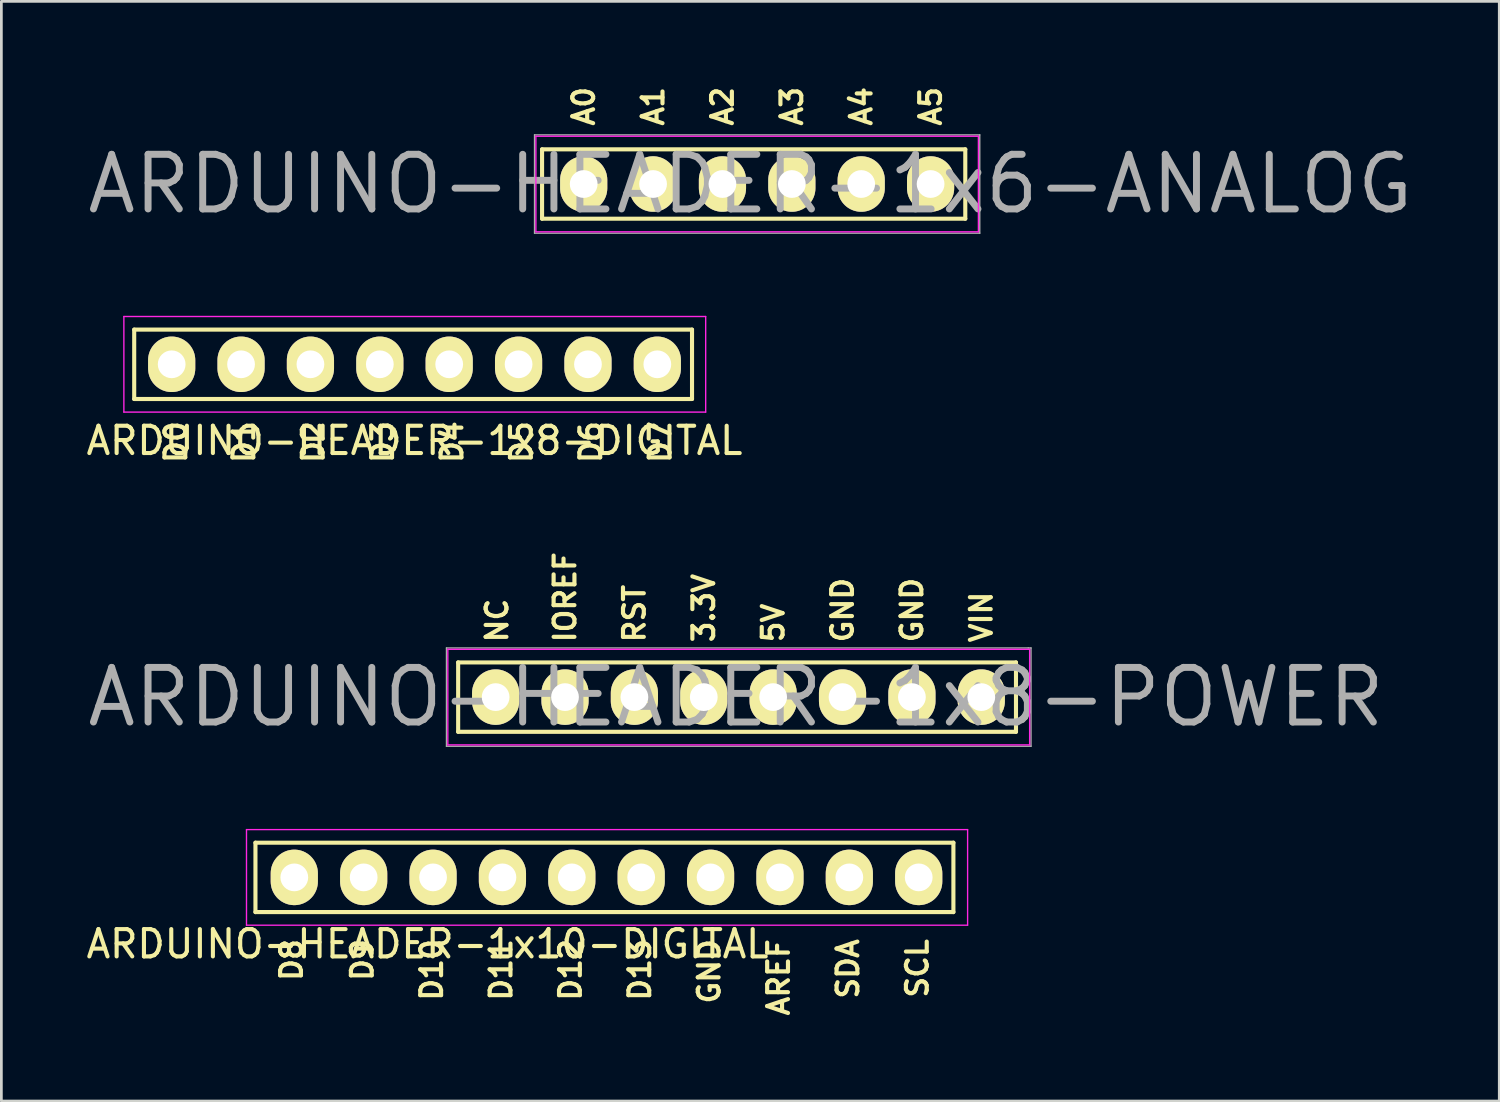
<source format=kicad_pcb>
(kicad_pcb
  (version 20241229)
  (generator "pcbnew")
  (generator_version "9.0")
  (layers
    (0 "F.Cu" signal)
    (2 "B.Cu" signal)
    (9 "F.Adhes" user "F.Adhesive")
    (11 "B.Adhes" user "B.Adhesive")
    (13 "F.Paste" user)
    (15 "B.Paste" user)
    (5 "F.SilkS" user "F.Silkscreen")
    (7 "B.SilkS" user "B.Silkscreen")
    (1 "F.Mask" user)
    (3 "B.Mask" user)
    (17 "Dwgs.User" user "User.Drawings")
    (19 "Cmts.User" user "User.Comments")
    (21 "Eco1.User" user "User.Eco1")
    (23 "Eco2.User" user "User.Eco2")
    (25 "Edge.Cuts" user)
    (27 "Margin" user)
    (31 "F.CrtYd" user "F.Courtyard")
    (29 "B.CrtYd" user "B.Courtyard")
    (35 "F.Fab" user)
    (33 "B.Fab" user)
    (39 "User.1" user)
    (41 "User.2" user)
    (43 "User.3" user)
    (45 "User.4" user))
  (footprint "ARDUINO-HEADER-1x8-POWER"
    (layer "F.Cu")
    (at 15.095 22.471)
    (property "Reference" "ARDUINO-HEADER-1x8-POWER" (at 8.8 0 0) (layer "F.Fab") (effects (font (size 2 2) (thickness 0.254))))
    (attr through_hole)
    (fp_line (start -1.372 1.27) (end -1.372 -1.27) (stroke (width 0.15) (type solid)) (layer "F.SilkS"))
    (fp_line (start -1.372 1.27) (end 19.05 1.27) (stroke (width 0.15) (type solid)) (layer "F.SilkS"))
    (fp_line (start 19.05 -1.27) (end -1.372 -1.27) (stroke (width 0.15) (type solid)) (layer "F.SilkS"))
    (fp_line (start 19.05 1.27) (end 19.05 -1.27) (stroke (width 0.15) (type solid)) (layer "F.SilkS"))
    (fp_line (start -1.75 -1.75) (end -1.75 1.75) (stroke (width 0.05) (type solid)) (layer "F.CrtYd"))
    (fp_line (start -1.75 -1.75) (end 19.55 -1.75) (stroke (width 0.05) (type solid)) (layer "F.CrtYd"))
    (fp_line (start -1.75 1.75) (end 19.55 1.75) (stroke (width 0.05) (type solid)) (layer "F.CrtYd"))
    (fp_line (start 19.55 -1.75) (end 19.55 1.75) (stroke (width 0.05) (type solid)) (layer "F.CrtYd"))
    (fp_line (start -1.8 -1.8) (end -1.8 1.8) (stroke (width 0.05) (type solid)) (layer "F.Fab"))
    (fp_line (start -1.8 1.8) (end 19.6 1.8) (stroke (width 0.05) (type solid)) (layer "F.Fab"))
    (fp_line (start 19.5 -1.8) (end -1.8 -1.8) (stroke (width 0.05) (type solid)) (layer "F.Fab"))
    (fp_line (start 19.6 -1.8) (end 19.5 -1.8) (stroke (width 0.05) (type solid)) (layer "F.Fab"))
    (fp_line (start 19.6 1.8) (end 19.6 -1.8) (stroke (width 0.05) (type solid)) (layer "F.Fab"))
    (fp_text user "VIN" (at 17.78 -2.932 90) (layer "F.SilkS") (effects (font (size 0.762 0.762) (thickness 0.152))))
    (fp_text user "3.3V" (at 7.62 -3.258 90) (layer "F.SilkS") (effects (font (size 0.762 0.762) (thickness 0.152))))
    (fp_text user "NC" (at 0.051 -2.805 90) (layer "F.SilkS") (effects (font (size 0.762 0.762) (thickness 0.152))))
    (fp_text user "GND" (at 15.24 -3.186 90) (layer "F.SilkS") (effects (font (size 0.762 0.762) (thickness 0.152))))
    (fp_text user "IOREF" (at 2.54 -3.658 90) (layer "F.SilkS") (effects (font (size 0.762 0.762) (thickness 0.152))))
    (fp_text user "GND" (at 12.7 -3.186 90) (layer "F.SilkS") (effects (font (size 0.762 0.762) (thickness 0.152))))
    (fp_text user "RST" (at 5.08 -3.059 90) (layer "F.SilkS") (effects (font (size 0.762 0.762) (thickness 0.152))))
    (fp_text user "5V" (at 10.16 -2.714 90) (layer "F.SilkS") (effects (font (size 0.762 0.762) (thickness 0.152))))
    (pad "3V3" thru_hole oval (at 7.62 0) (size 1.727 2.032) (drill 1.016) (layers "*.Cu" "*.Mask" "F.SilkS"))
    (pad "5V" thru_hole oval (at 10.16 0) (size 1.727 2.032) (drill 1.016) (layers "*.Cu" "*.Mask" "F.SilkS"))
    (pad "GND1" thru_hole oval (at 12.7 0) (size 1.727 2.032) (drill 1.016) (layers "*.Cu" "*.Mask" "F.SilkS"))
    (pad "GND2" thru_hole oval (at 15.24 0) (size 1.727 2.032) (drill 1.016) (layers "*.Cu" "*.Mask" "F.SilkS"))
    (pad "IO" thru_hole oval (at 2.54 0) (size 1.727 2.032) (drill 1.016) (layers "*.Cu" "*.Mask" "F.SilkS"))
    (pad "NC" thru_hole oval (at 0 0) (size 1.727 2.032) (drill 1.016) (layers "*.Cu" "*.Mask" "F.SilkS"))
    (pad "RST" thru_hole oval (at 5.08 0) (size 1.727 2.032) (drill 1.016) (layers "*.Cu" "*.Mask" "F.SilkS"))
    (pad "VIN" thru_hole oval (at 17.78 0) (size 1.727 2.032) (drill 1.016) (layers "*.Cu" "*.Mask" "F.SilkS")))
  (footprint "ARDUINO-HEADER-1x6-ANALOG"
    (layer "F.Cu")
    (at 18.319 3.687)
    (property "Reference" "ARDUINO-HEADER-1x6-ANALOG" (at 6.1 0 0) (layer "F.Fab") (effects (font (size 2 2) (thickness 0.254))))
    (attr through_hole)
    (fp_line (start -1.524 1.27) (end -1.524 -1.27) (stroke (width 0.15) (type solid)) (layer "F.SilkS"))
    (fp_line (start -1.524 1.27) (end 13.97 1.27) (stroke (width 0.15) (type solid)) (layer "F.SilkS"))
    (fp_line (start 13.97 -1.27) (end -1.524 -1.27) (stroke (width 0.15) (type solid)) (layer "F.SilkS"))
    (fp_line (start 13.97 1.27) (end 13.97 -1.27) (stroke (width 0.15) (type solid)) (layer "F.SilkS"))
    (fp_line (start -1.75 -1.75) (end -1.75 1.75) (stroke (width 0.05) (type solid)) (layer "F.CrtYd"))
    (fp_line (start -1.75 -1.75) (end 14.45 -1.75) (stroke (width 0.05) (type solid)) (layer "F.CrtYd"))
    (fp_line (start -1.75 1.75) (end 14.45 1.75) (stroke (width 0.05) (type solid)) (layer "F.CrtYd"))
    (fp_line (start 14.45 -1.75) (end 14.45 1.75) (stroke (width 0.05) (type solid)) (layer "F.CrtYd"))
    (fp_line (start -1.8 -1.8) (end -1.8 1.8) (stroke (width 0.05) (type solid)) (layer "F.Fab"))
    (fp_line (start -1.8 1.8) (end 14.5 1.8) (stroke (width 0.05) (type solid)) (layer "F.Fab"))
    (fp_line (start 14.5 -1.8) (end -1.8 -1.8) (stroke (width 0.05) (type solid)) (layer "F.Fab"))
    (fp_line (start 14.5 1.8) (end 14.5 -1.8) (stroke (width 0.05) (type solid)) (layer "F.Fab"))
    (fp_text user "A2" (at 5.08 -2.845 90) (layer "F.SilkS") (effects (font (size 0.762 0.762) (thickness 0.152))))
    (fp_text user "A5" (at 12.7 -2.845 90) (layer "F.SilkS") (effects (font (size 0.762 0.762) (thickness 0.152))))
    (fp_text user "A1" (at 2.54 -2.845 90) (layer "F.SilkS") (effects (font (size 0.762 0.762) (thickness 0.152))))
    (fp_text user "A0" (at 0 -2.845 90) (layer "F.SilkS") (effects (font (size 0.762 0.762) (thickness 0.152))))
    (fp_text user "A3" (at 7.62 -2.845 90) (layer "F.SilkS") (effects (font (size 0.762 0.762) (thickness 0.152))))
    (fp_text user "A4" (at 10.16 -2.845 90) (layer "F.SilkS") (effects (font (size 0.762 0.762) (thickness 0.152))))
    (pad "A0" thru_hole oval (at 0 0) (size 1.727 2.032) (drill 1.016) (layers "*.Cu" "*.Mask" "F.SilkS"))
    (pad "A1" thru_hole oval (at 2.54 0) (size 1.727 2.032) (drill 1.016) (layers "*.Cu" "*.Mask" "F.SilkS"))
    (pad "A2" thru_hole oval (at 5.08 0) (size 1.727 2.032) (drill 1.016) (layers "*.Cu" "*.Mask" "F.SilkS"))
    (pad "A3" thru_hole oval (at 7.62 0) (size 1.727 2.032) (drill 1.016) (layers "*.Cu" "*.Mask" "F.SilkS"))
    (pad "A4" thru_hole oval (at 10.16 0) (size 1.727 2.032) (drill 1.016) (layers "*.Cu" "*.Mask" "F.SilkS"))
    (pad "A5" thru_hole oval (at 12.7 0) (size 1.727 2.032) (drill 1.016) (layers "*.Cu" "*.Mask" "F.SilkS")))
  (footprint "ARDUINO-HEADER-1x8-DIGITAL"
    (layer "F.Cu")
    (at 3.235 10.287)
    (property "Reference" "ARDUINO-HEADER-1x8-DIGITAL" (at 8.89 2.794 0) (layer "F.SilkS") (effects (font (size 1 1) (thickness 0.15))))
    (attr through_hole)
    (fp_line (start -1.372 1.27) (end -1.372 -1.27) (stroke (width 0.15) (type solid)) (layer "F.SilkS"))
    (fp_line (start -1.372 1.27) (end 19.05 1.27) (stroke (width 0.15) (type solid)) (layer "F.SilkS"))
    (fp_line (start 19.05 -1.27) (end -1.372 -1.27) (stroke (width 0.15) (type solid)) (layer "F.SilkS"))
    (fp_line (start 19.05 1.27) (end 19.05 -1.27) (stroke (width 0.15) (type solid)) (layer "F.SilkS"))
    (fp_line (start -1.75 -1.75) (end -1.75 1.75) (stroke (width 0.05) (type solid)) (layer "F.CrtYd"))
    (fp_line (start -1.75 -1.75) (end 19.55 -1.75) (stroke (width 0.05) (type solid)) (layer "F.CrtYd"))
    (fp_line (start -1.75 1.75) (end 19.55 1.75) (stroke (width 0.05) (type solid)) (layer "F.CrtYd"))
    (fp_line (start 19.55 -1.75) (end 19.55 1.75) (stroke (width 0.05) (type solid)) (layer "F.CrtYd"))
    (fp_text user "D4" (at 10.262 2.845 270) (layer "F.SilkS") (effects (font (size 0.762 0.762) (thickness 0.152))))
    (fp_text user "D5" (at 12.802 2.845 270) (layer "F.SilkS") (effects (font (size 0.762 0.762) (thickness 0.152))))
    (fp_text user "D6" (at 15.342 2.845 270) (layer "F.SilkS") (effects (font (size 0.762 0.762) (thickness 0.152))))
    (fp_text user "D3" (at 7.722 2.845 270) (layer "F.SilkS") (effects (font (size 0.762 0.762) (thickness 0.152))))
    (fp_text user "D0" (at 0.152 2.845 90) (layer "F.SilkS") (effects (font (size 0.762 0.762) (thickness 0.152))))
    (fp_text user "D2" (at 5.182 2.845 90) (layer "F.SilkS") (effects (font (size 0.762 0.762) (thickness 0.152))))
    (fp_text user "D7" (at 17.882 2.845 270) (layer "F.SilkS") (effects (font (size 0.762 0.762) (thickness 0.152))))
    (fp_text user "D1" (at 2.642 2.845 90) (layer "F.SilkS") (effects (font (size 0.762 0.762) (thickness 0.152))))
    (pad "D0" thru_hole oval (at 0 0) (size 1.727 2.032) (drill 1.016) (layers "*.Cu" "*.Mask" "F.SilkS"))
    (pad "D1" thru_hole oval (at 2.54 0) (size 1.727 2.032) (drill 1.016) (layers "*.Cu" "*.Mask" "F.SilkS"))
    (pad "D2" thru_hole oval (at 5.08 0) (size 1.727 2.032) (drill 1.016) (layers "*.Cu" "*.Mask" "F.SilkS"))
    (pad "D3" thru_hole oval (at 7.62 0) (size 1.727 2.032) (drill 1.016) (layers "*.Cu" "*.Mask" "F.SilkS"))
    (pad "D4" thru_hole oval (at 10.16 0) (size 1.727 2.032) (drill 1.016) (layers "*.Cu" "*.Mask" "F.SilkS"))
    (pad "D5" thru_hole oval (at 12.7 0) (size 1.727 2.032) (drill 1.016) (layers "*.Cu" "*.Mask" "F.SilkS"))
    (pad "D6" thru_hole oval (at 15.24 0) (size 1.727 2.032) (drill 1.016) (layers "*.Cu" "*.Mask" "F.SilkS"))
    (pad "D7" thru_hole oval (at 17.78 0) (size 1.727 2.032) (drill 1.016) (layers "*.Cu" "*.Mask" "F.SilkS")))
  (footprint "ARDUINO-HEADER-1x10-DIGITAL"
    (layer "F.Cu")
    (at 7.724 29.071)
    (property "Reference" "ARDUINO-HEADER-1x10-DIGITAL" (at 4.877 2.438 0) (layer "F.SilkS") (effects (font (size 1 1) (thickness 0.15))))
    (attr through_hole)
    (fp_line (start -1.422 1.27) (end -1.422 -1.27) (stroke (width 0.15) (type solid)) (layer "F.SilkS"))
    (fp_line (start -1.422 1.27) (end 24.13 1.27) (stroke (width 0.15) (type solid)) (layer "F.SilkS"))
    (fp_line (start 24.13 -1.27) (end -1.422 -1.27) (stroke (width 0.15) (type solid)) (layer "F.SilkS"))
    (fp_line (start 24.13 1.27) (end 24.13 -1.27) (stroke (width 0.15) (type solid)) (layer "F.SilkS"))
    (fp_line (start -1.75 -1.75) (end -1.75 1.75) (stroke (width 0.05) (type solid)) (layer "F.CrtYd"))
    (fp_line (start -1.75 -1.75) (end 24.65 -1.75) (stroke (width 0.05) (type solid)) (layer "F.CrtYd"))
    (fp_line (start -1.75 1.75) (end 24.65 1.75) (stroke (width 0.05) (type solid)) (layer "F.CrtYd"))
    (fp_line (start 24.65 -1.75) (end 24.65 1.75) (stroke (width 0.05) (type solid)) (layer "F.CrtYd"))
    (fp_text user "D9" (at 2.489 3.023 90) (layer "F.SilkS") (effects (font (size 0.762 0.762) (thickness 0.152))))
    (fp_text user "D10" (at 5.029 3.385 90) (layer "F.SilkS") (effects (font (size 0.762 0.762) (thickness 0.152))))
    (fp_text user "D13" (at 12.649 3.385 90) (layer "F.SilkS") (effects (font (size 0.762 0.762) (thickness 0.152))))
    (fp_text user "D8" (at -0.102 3.023 90) (layer "F.SilkS") (effects (font (size 0.762 0.762) (thickness 0.152))))
    (fp_text user "GND" (at 15.189 3.44 90) (layer "F.SilkS") (effects (font (size 0.762 0.762) (thickness 0.152))))
    (fp_text user "AREF" (at 17.729 3.658 90) (layer "F.SilkS") (effects (font (size 0.762 0.762) (thickness 0.152))))
    (fp_text user "SCL" (at 22.809 3.331 90) (layer "F.SilkS") (effects (font (size 0.762 0.762) (thickness 0.152))))
    (fp_text user "D12" (at 10.109 3.385 90) (layer "F.SilkS") (effects (font (size 0.762 0.762) (thickness 0.152))))
    (fp_text user "SDA" (at 20.269 3.349 90) (layer "F.SilkS") (effects (font (size 0.762 0.762) (thickness 0.152))))
    (fp_text user "D11" (at 7.569 3.385 90) (layer "F.SilkS") (effects (font (size 0.762 0.762) (thickness 0.152))))
    (pad "AREF" thru_hole oval (at 17.78 0) (size 1.727 2.032) (drill 1.016) (layers "*.Cu" "*.Mask" "F.SilkS"))
    (pad "D8" thru_hole oval (at 0 0) (size 1.727 2.032) (drill 1.016) (layers "*.Cu" "*.Mask" "F.SilkS"))
    (pad "D9" thru_hole oval (at 2.54 0) (size 1.727 2.032) (drill 1.016) (layers "*.Cu" "*.Mask" "F.SilkS"))
    (pad "D10" thru_hole oval (at 5.08 0) (size 1.727 2.032) (drill 1.016) (layers "*.Cu" "*.Mask" "F.SilkS"))
    (pad "D11" thru_hole oval (at 7.62 0) (size 1.727 2.032) (drill 1.016) (layers "*.Cu" "*.Mask" "F.SilkS"))
    (pad "D12" thru_hole oval (at 10.16 0) (size 1.727 2.032) (drill 1.016) (layers "*.Cu" "*.Mask" "F.SilkS"))
    (pad "D13" thru_hole oval (at 12.7 0) (size 1.727 2.032) (drill 1.016) (layers "*.Cu" "*.Mask" "F.SilkS"))
    (pad "GND3" thru_hole oval (at 15.24 0) (size 1.727 2.032) (drill 1.016) (layers "*.Cu" "*.Mask" "F.SilkS"))
    (pad "SCL" thru_hole oval (at 22.86 0) (size 1.727 2.032) (drill 1.016) (layers "*.Cu" "*.Mask" "F.SilkS"))
    (pad "SDA" thru_hole oval (at 20.32 0) (size 1.727 2.032) (drill 1.016) (layers "*.Cu" "*.Mask" "F.SilkS")))
  (gr_rect
    (start -3 -3)
    (end 51.838 37.259)
    (stroke (width 0.1) (type default))
    (fill no)
    (layer "Edge.Cuts")))
</source>
